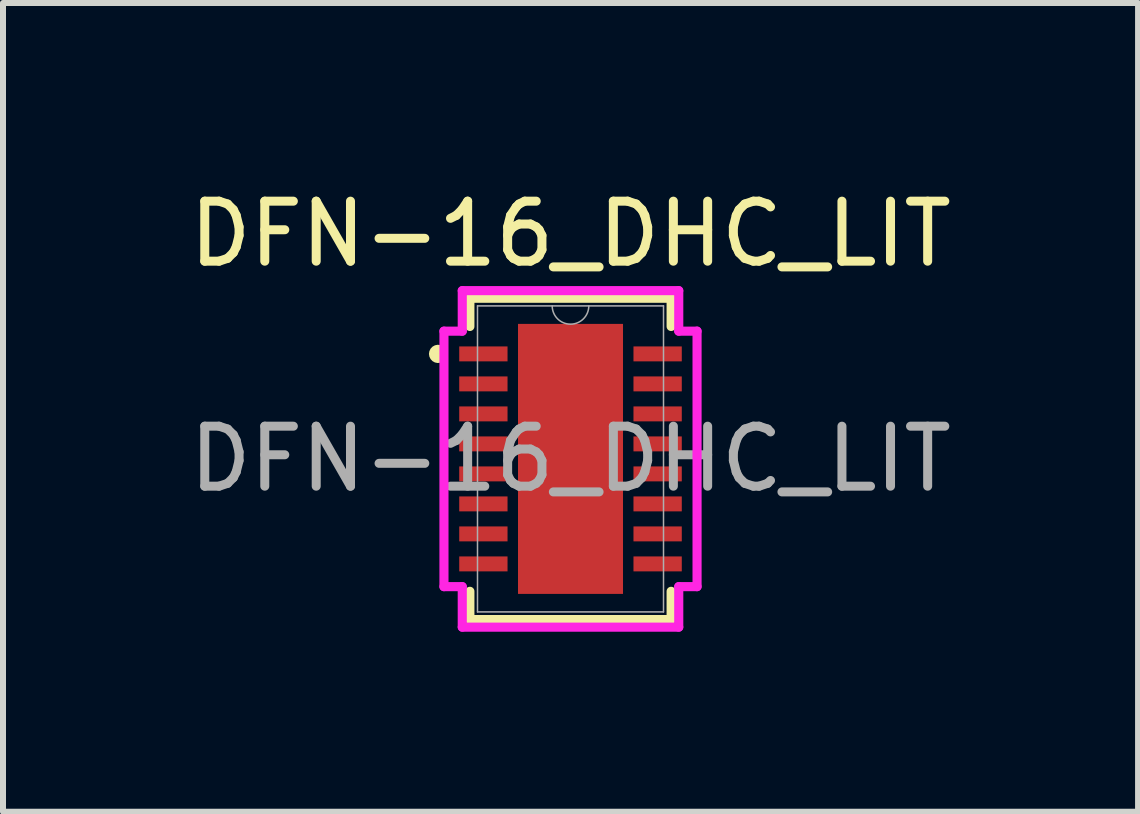
<source format=kicad_pcb>
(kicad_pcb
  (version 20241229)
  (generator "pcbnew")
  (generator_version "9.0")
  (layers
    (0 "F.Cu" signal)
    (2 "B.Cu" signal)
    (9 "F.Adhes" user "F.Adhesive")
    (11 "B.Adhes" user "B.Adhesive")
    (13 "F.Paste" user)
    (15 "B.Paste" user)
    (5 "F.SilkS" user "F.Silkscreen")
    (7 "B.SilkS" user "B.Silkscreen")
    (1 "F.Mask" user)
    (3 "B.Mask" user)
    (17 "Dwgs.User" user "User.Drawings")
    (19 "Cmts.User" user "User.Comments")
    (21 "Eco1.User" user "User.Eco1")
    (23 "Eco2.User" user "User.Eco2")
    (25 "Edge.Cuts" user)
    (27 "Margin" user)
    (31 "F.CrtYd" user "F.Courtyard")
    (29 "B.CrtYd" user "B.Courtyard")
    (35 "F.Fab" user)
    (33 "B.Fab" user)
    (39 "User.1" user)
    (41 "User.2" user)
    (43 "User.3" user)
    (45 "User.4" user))
  (footprint "DFN-16_DHC_LIT"
    (layer "F.Cu")
    (at 6.458 4.598)
    (property "Reference" "DFN-16_DHC_LIT" (at 0 -3.75 0) (unlocked yes) (layer "F.SilkS") (effects (font (size 1 1) (thickness 0.15))))
    (attr smd)
    (fp_line (start -1.677 -2.677) (end -1.677 -2.207) (stroke (width 0.152) (type solid)) (layer "F.SilkS"))
    (fp_line (start -1.677 2.207) (end -1.677 2.677) (stroke (width 0.152) (type solid)) (layer "F.SilkS"))
    (fp_line (start -1.677 2.677) (end 1.677 2.677) (stroke (width 0.152) (type solid)) (layer "F.SilkS"))
    (fp_line (start 1.677 -2.677) (end -1.677 -2.677) (stroke (width 0.152) (type solid)) (layer "F.SilkS"))
    (fp_line (start 1.677 -2.207) (end 1.677 -2.677) (stroke (width 0.152) (type solid)) (layer "F.SilkS"))
    (fp_line (start 1.677 2.677) (end 1.677 2.207) (stroke (width 0.152) (type solid)) (layer "F.SilkS"))
    (fp_arc (start -2.18754 -1.676171) (mid -2.2826 -1.75) (end -2.18754 -1.823829) (stroke (width 0.1524) (type solid)) (layer "F.SilkS"))
    (fp_poly (pts (xy -0.775 -2.15) (xy -0.775 -0.85) (xy 0.775 -0.85) (xy 0.775 -2.15)) (stroke (width 0) (type solid)) (fill yes) (layer "F.Paste"))
    (fp_poly (pts (xy -0.775 -0.65) (xy -0.775 0.65) (xy 0.775 0.65) (xy 0.775 -0.65)) (stroke (width 0) (type solid)) (fill yes) (layer "F.Paste"))
    (fp_poly (pts (xy -0.775 0.85) (xy -0.775 2.15) (xy 0.775 2.15) (xy 0.775 0.85)) (stroke (width 0) (type solid)) (fill yes) (layer "F.Paste"))
    (fp_line (start -2.109 -2.129) (end -1.804 -2.129) (stroke (width 0.152) (type solid)) (layer "F.CrtYd"))
    (fp_line (start -2.109 2.129) (end -2.109 -2.129) (stroke (width 0.152) (type solid)) (layer "F.CrtYd"))
    (fp_line (start -2.109 2.129) (end -1.804 2.129) (stroke (width 0.152) (type solid)) (layer "F.CrtYd"))
    (fp_line (start -1.804 -2.804) (end 1.804 -2.804) (stroke (width 0.152) (type solid)) (layer "F.CrtYd"))
    (fp_line (start -1.804 -2.129) (end -1.804 -2.804) (stroke (width 0.152) (type solid)) (layer "F.CrtYd"))
    (fp_line (start -1.804 2.804) (end -1.804 2.129) (stroke (width 0.152) (type solid)) (layer "F.CrtYd"))
    (fp_line (start 1.804 -2.804) (end 1.804 -2.129) (stroke (width 0.152) (type solid)) (layer "F.CrtYd"))
    (fp_line (start 1.804 2.129) (end 1.804 2.804) (stroke (width 0.152) (type solid)) (layer "F.CrtYd"))
    (fp_line (start 1.804 2.804) (end -1.804 2.804) (stroke (width 0.152) (type solid)) (layer "F.CrtYd"))
    (fp_line (start 2.109 -2.129) (end 1.804 -2.129) (stroke (width 0.152) (type solid)) (layer "F.CrtYd"))
    (fp_line (start 2.109 -2.129) (end 2.109 2.129) (stroke (width 0.152) (type solid)) (layer "F.CrtYd"))
    (fp_line (start 2.109 2.129) (end 1.804 2.129) (stroke (width 0.152) (type solid)) (layer "F.CrtYd"))
    (fp_line (start -1.55 -2.55) (end -1.55 2.55) (stroke (width 0.025) (type solid)) (layer "F.Fab"))
    (fp_line (start -1.55 2.55) (end 1.55 2.55) (stroke (width 0.025) (type solid)) (layer "F.Fab"))
    (fp_line (start 1.55 -2.55) (end -1.55 -2.55) (stroke (width 0.025) (type solid)) (layer "F.Fab"))
    (fp_line (start 1.55 2.55) (end 1.55 -2.55) (stroke (width 0.025) (type solid)) (layer "F.Fab"))
    (fp_arc (start 0.3048 -2.55) (mid 0 -2.2452) (end -0.3048 -2.55) (stroke (width 0.0254) (type solid)) (layer "F.Fab"))
    (fp_text user "${REFERENCE}" (at 0 0 0) (unlocked yes) (layer "F.Fab") (effects (font (size 1 1) (thickness 0.15))))
    (pad "1" smd rect (at -1.452 -1.75) (size 0.805 0.249) (layers "F.Cu" "F.Mask" "F.Paste"))
    (pad "2" smd rect (at -1.452 -1.25) (size 0.805 0.249) (layers "F.Cu" "F.Mask" "F.Paste"))
    (pad "3" smd rect (at -1.452 -0.75) (size 0.805 0.249) (layers "F.Cu" "F.Mask" "F.Paste"))
    (pad "4" smd rect (at -1.452 -0.25) (size 0.805 0.249) (layers "F.Cu" "F.Mask" "F.Paste"))
    (pad "5" smd rect (at -1.452 0.25) (size 0.805 0.249) (layers "F.Cu" "F.Mask" "F.Paste"))
    (pad "6" smd rect (at -1.452 0.75) (size 0.805 0.249) (layers "F.Cu" "F.Mask" "F.Paste"))
    (pad "7" smd rect (at -1.452 1.25) (size 0.805 0.249) (layers "F.Cu" "F.Mask" "F.Paste"))
    (pad "8" smd rect (at -1.452 1.75) (size 0.805 0.249) (layers "F.Cu" "F.Mask" "F.Paste"))
    (pad "9" smd rect (at 1.452 1.75) (size 0.805 0.249) (layers "F.Cu" "F.Mask" "F.Paste"))
    (pad "10" smd rect (at 1.452 1.25) (size 0.805 0.249) (layers "F.Cu" "F.Mask" "F.Paste"))
    (pad "11" smd rect (at 1.452 0.75) (size 0.805 0.249) (layers "F.Cu" "F.Mask" "F.Paste"))
    (pad "12" smd rect (at 1.452 0.25) (size 0.805 0.249) (layers "F.Cu" "F.Mask" "F.Paste"))
    (pad "13" smd rect (at 1.452 -0.25) (size 0.805 0.249) (layers "F.Cu" "F.Mask" "F.Paste"))
    (pad "14" smd rect (at 1.452 -0.75) (size 0.805 0.249) (layers "F.Cu" "F.Mask" "F.Paste"))
    (pad "15" smd rect (at 1.452 -1.25) (size 0.805 0.249) (layers "F.Cu" "F.Mask" "F.Paste"))
    (pad "16" smd rect (at 1.452 -1.75) (size 0.805 0.249) (layers "F.Cu" "F.Mask" "F.Paste"))
    (pad "17" smd rect (at 0 0) (size 1.75 4.5) (layers "F.Cu" "F.Mask" "F.Paste")))
  (gr_rect
    (start -3 -3)
    (end 15.917 10.478)
    (stroke (width 0.1) (type default))
    (fill no)
    (layer "Edge.Cuts")))
</source>
